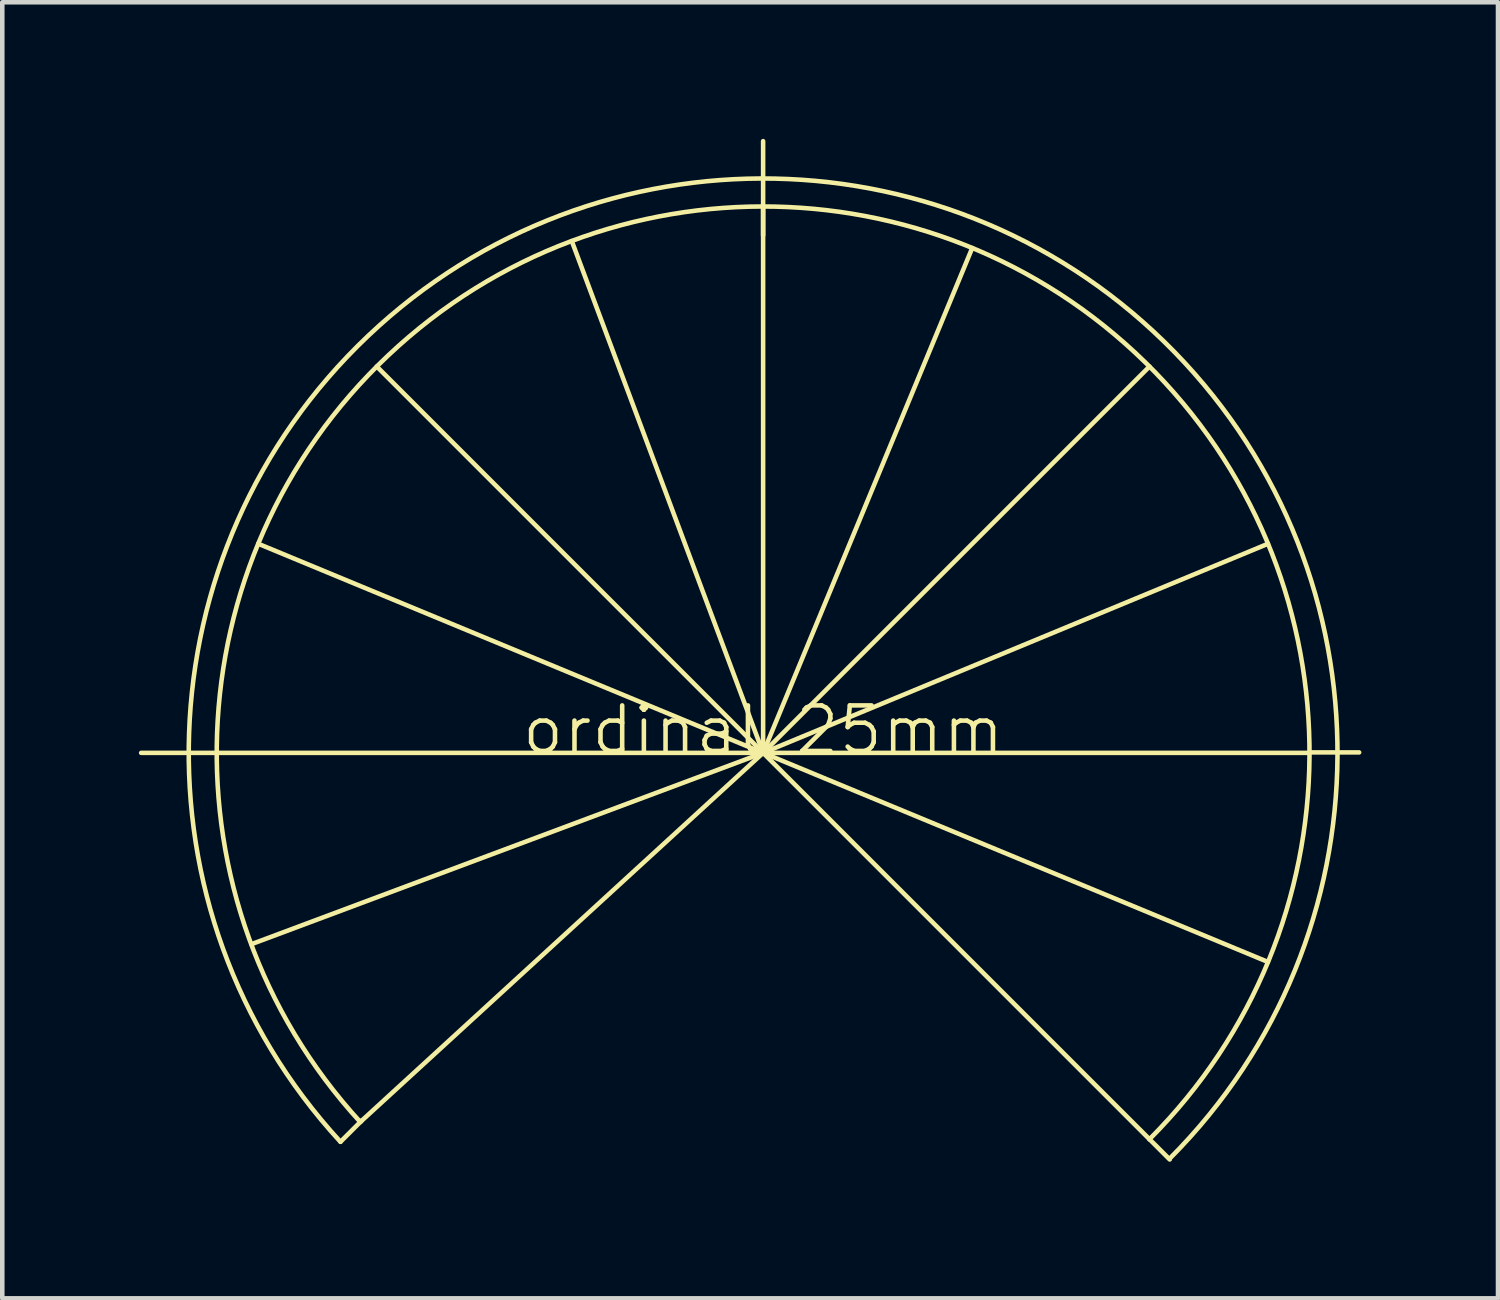
<source format=kicad_pcb>
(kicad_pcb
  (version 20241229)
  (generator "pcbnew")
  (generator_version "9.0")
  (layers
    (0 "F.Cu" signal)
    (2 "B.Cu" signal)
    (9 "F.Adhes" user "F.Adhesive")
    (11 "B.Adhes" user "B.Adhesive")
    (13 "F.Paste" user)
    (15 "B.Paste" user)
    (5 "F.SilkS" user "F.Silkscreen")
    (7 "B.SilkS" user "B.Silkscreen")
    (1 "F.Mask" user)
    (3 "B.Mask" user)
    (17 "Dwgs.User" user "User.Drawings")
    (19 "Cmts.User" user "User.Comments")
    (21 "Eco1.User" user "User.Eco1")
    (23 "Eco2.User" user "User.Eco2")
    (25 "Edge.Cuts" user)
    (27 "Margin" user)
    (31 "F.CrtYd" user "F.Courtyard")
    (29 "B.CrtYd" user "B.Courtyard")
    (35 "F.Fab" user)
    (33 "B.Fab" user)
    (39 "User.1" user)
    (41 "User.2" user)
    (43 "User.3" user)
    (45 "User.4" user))
  (footprint "ordinal 25mm"
    (layer "F.Cu")
    (at 13.71 13.485)
    (property "Reference" "ordinal 25mm" (at 0 -0.5 0) (unlocked yes) (layer "F.SilkS") (effects (font (size 1 1) (thickness 0.1))))
    (attr board_only exclude_from_pos_files exclude_from_bom)
    (fp_line (start -12.615 0) (end -13.66 0) (stroke (width 0.1) (type default)) (layer "F.SilkS"))
    (fp_line (start -12 0) (end -12.615 0) (stroke (width 0.1) (type default)) (layer "F.SilkS"))
    (fp_line (start -8.811 8.071) (end -9.282 8.542) (stroke (width 0.1) (type default)) (layer "F.SilkS"))
    (fp_line (start 0 -11.365) (end 0 -13.435) (stroke (width 0.1) (type default)) (layer "F.SilkS"))
    (fp_line (start 0 0) (end -12 0) (stroke (width 0.1) (type solid)) (layer "F.SilkS"))
    (fp_line (start 0 0) (end -11.24 4.202) (stroke (width 0.1) (type solid)) (layer "F.SilkS"))
    (fp_line (start 0 0) (end -11.087 -4.592) (stroke (width 0.1) (type solid)) (layer "F.SilkS"))
    (fp_line (start 0 0) (end -8.847 8.107) (stroke (width 0.1) (type solid)) (layer "F.SilkS"))
    (fp_line (start 0 0) (end -8.485 -8.485) (stroke (width 0.1) (type solid)) (layer "F.SilkS"))
    (fp_line (start 0 0) (end -4.202 -11.24) (stroke (width 0.1) (type solid)) (layer "F.SilkS"))
    (fp_line (start 0 0) (end 0 -12) (stroke (width 0.1) (type solid)) (layer "F.SilkS"))
    (fp_line (start 0 0) (end 4.592 -11.087) (stroke (width 0.1) (type solid)) (layer "F.SilkS"))
    (fp_line (start 0 0) (end 8.485 -8.485) (stroke (width 0.1) (type solid)) (layer "F.SilkS"))
    (fp_line (start 0 0) (end 8.485 8.485) (stroke (width 0.1) (type solid)) (layer "F.SilkS"))
    (fp_line (start 0 0) (end 11.087 -4.592) (stroke (width 0.1) (type solid)) (layer "F.SilkS"))
    (fp_line (start 0 0) (end 11.087 4.592) (stroke (width 0.1) (type solid)) (layer "F.SilkS"))
    (fp_line (start 0 0) (end 12 0) (stroke (width 0.1) (type solid)) (layer "F.SilkS"))
    (fp_line (start 8.485 8.485) (end 8.93 8.93) (stroke (width 0.1) (type default)) (layer "F.SilkS"))
    (fp_line (start 11.99 -0.01) (end 13.09 -0.01) (stroke (width 0.1) (type default)) (layer "F.SilkS"))
    (fp_arc (start -9.282446 8.542201) (mid 0.254703 -12.612221) (end 8.93 8.91) (stroke (width 0.1) (type default)) (layer "F.SilkS"))
    (fp_arc (start -8.847328 8.107081) (mid 0.261779 -11.997143) (end 8.485281 8.485281) (stroke (width 0.1) (type default)) (layer "F.SilkS")))
  (gr_rect
    (start -3 -3)
    (end 29.85 25.465)
    (stroke (width 0.1) (type default))
    (fill no)
    (layer "Edge.Cuts")))
</source>
